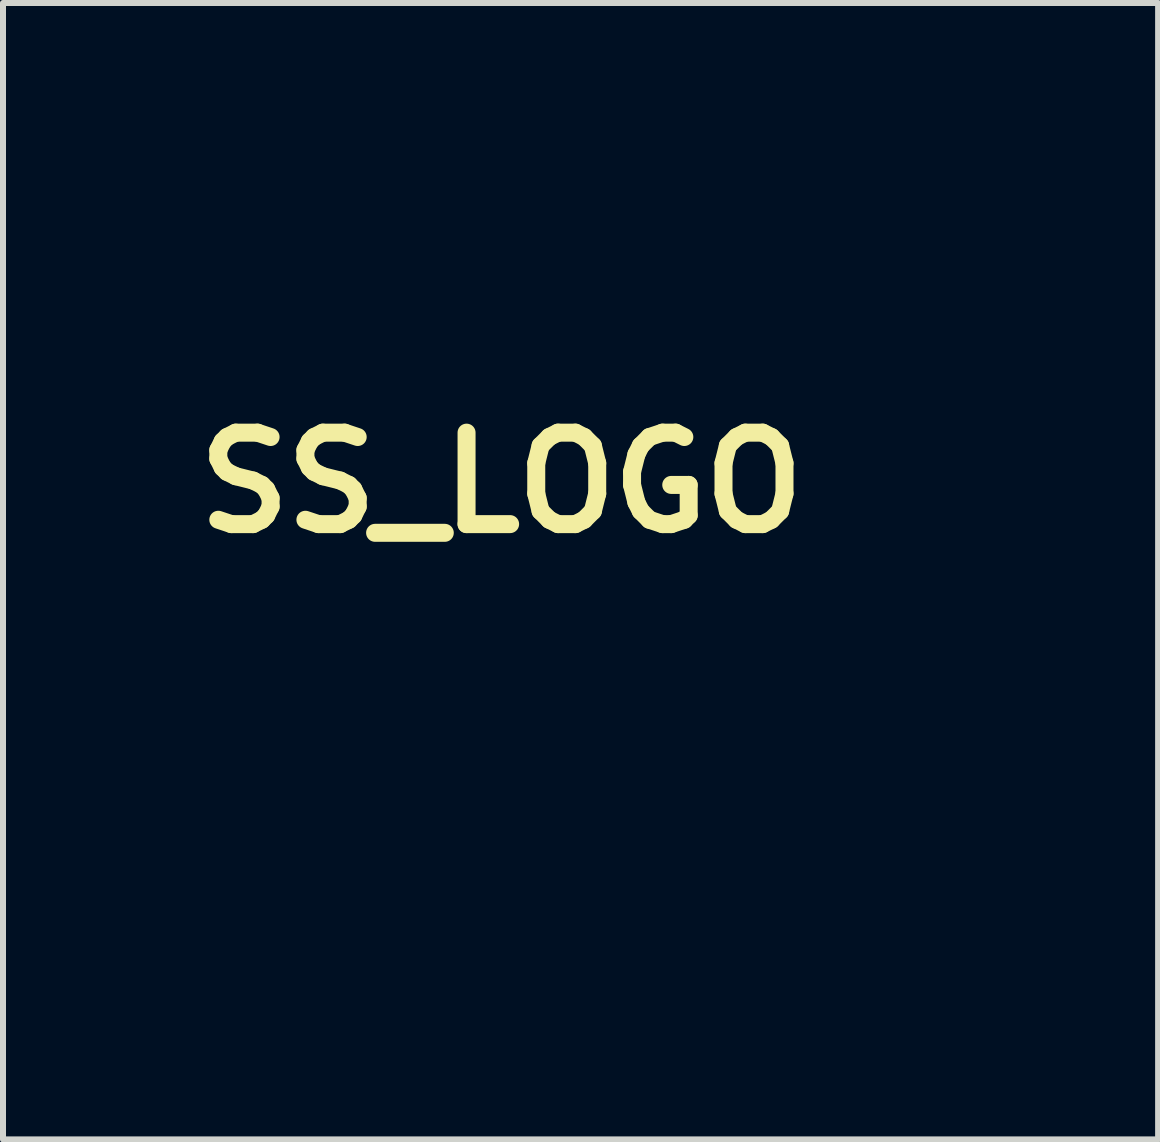
<source format=kicad_pcb>
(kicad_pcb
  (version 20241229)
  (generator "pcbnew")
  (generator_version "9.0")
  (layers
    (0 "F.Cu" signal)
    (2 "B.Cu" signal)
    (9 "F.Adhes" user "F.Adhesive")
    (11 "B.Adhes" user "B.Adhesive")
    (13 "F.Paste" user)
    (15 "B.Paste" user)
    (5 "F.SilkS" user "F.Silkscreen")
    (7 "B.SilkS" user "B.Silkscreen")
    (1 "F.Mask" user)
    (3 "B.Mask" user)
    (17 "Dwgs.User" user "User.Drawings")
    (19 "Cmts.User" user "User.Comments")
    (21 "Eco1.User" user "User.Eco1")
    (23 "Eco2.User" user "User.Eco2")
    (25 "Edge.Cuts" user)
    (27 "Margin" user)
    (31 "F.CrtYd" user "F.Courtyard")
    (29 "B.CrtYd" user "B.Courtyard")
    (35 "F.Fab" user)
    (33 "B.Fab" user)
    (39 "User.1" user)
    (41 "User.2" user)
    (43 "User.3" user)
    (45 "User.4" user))
  (footprint "SS_LOGO"
    (layer "F.Cu")
    (at 5.305 4.994)
    (property "Reference" "SS_LOGO" (at 0 0 0) (layer "F.SilkS") (effects (font (size 1.524 1.524) (thickness 0.3))))
    (attr through_hole)
    (fp_poly (pts (xy -2.159 2.111) (xy -2.175 2.127) (xy -2.191 2.111) (xy -2.175 2.095) (xy -2.159 2.111)) (stroke (width 0.01) (type solid)) (fill no) (layer "Eco2.User"))
    (fp_poly (pts (xy -2.159 2.651) (xy -2.175 2.667) (xy -2.191 2.651) (xy -2.175 2.635) (xy -2.159 2.651)) (stroke (width 0.01) (type solid)) (fill no) (layer "Eco2.User"))
    (fp_poly (pts (xy -1.365 3.381) (xy -1.381 3.397) (xy -1.397 3.381) (xy -1.381 3.365) (xy -1.365 3.381)) (stroke (width 0.01) (type solid)) (fill no) (layer "Eco2.User"))
    (fp_poly (pts (xy -0.445 3.445) (xy -0.46 3.461) (xy -0.476 3.445) (xy -0.46 3.429) (xy -0.445 3.445)) (stroke (width 0.01) (type solid)) (fill no) (layer "Eco2.User"))
    (fp_poly (pts (xy 0.222 3.413) (xy 0.206 3.429) (xy 0.191 3.413) (xy 0.206 3.397) (xy 0.222 3.413)) (stroke (width 0.01) (type solid)) (fill no) (layer "Eco2.User"))
    (fp_poly (pts (xy -0.709 3.408) (xy -0.705 3.446) (xy -0.709 3.45) (xy -0.728 3.446) (xy -0.73 3.429) (xy -0.719 3.403) (xy -0.709 3.408)) (stroke (width 0.01) (type solid)) (fill no) (layer "Eco2.User"))
    (fp_poly (pts (xy 0.497 3.408) (xy 0.501 3.446) (xy 0.497 3.45) (xy 0.479 3.446) (xy 0.476 3.429) (xy 0.488 3.403) (xy 0.497 3.408)) (stroke (width 0.01) (type solid)) (fill no) (layer "Eco2.User"))
    (fp_poly (pts (xy 0.878 -3.196) (xy 0.874 -3.177) (xy 0.857 -3.175) (xy 0.831 -3.187) (xy 0.836 -3.196) (xy 0.874 -3.2) (xy 0.878 -3.196)) (stroke (width 0.01) (type solid)) (fill no) (layer "Eco2.User"))
    (fp_poly (pts (xy 1.419 3.391) (xy 1.422 3.441) (xy 1.416 3.452) (xy 1.402 3.443) (xy 1.4 3.41) (xy 1.407 3.377) (xy 1.419 3.391)) (stroke (width 0.01) (type solid)) (fill no) (layer "Eco2.User"))
    (fp_poly (pts (xy -2.09 2.051) (xy -2.064 2.093) (xy -2.064 2.097) (xy -2.085 2.127) (xy -2.09 2.127) (xy -2.114 2.102) (xy -2.117 2.081) (xy -2.103 2.049) (xy -2.09 2.051)) (stroke (width 0.01) (type solid)) (fill no) (layer "Eco2.User"))
    (fp_poly (pts (xy -2.09 2.654) (xy -2.064 2.696) (xy -2.064 2.701) (xy -2.085 2.73) (xy -2.09 2.731) (xy -2.114 2.705) (xy -2.117 2.684) (xy -2.103 2.652) (xy -2.09 2.654)) (stroke (width 0.01) (type solid)) (fill no) (layer "Eco2.User"))
    (fp_poly (pts (xy -0.552 3.408) (xy -0.54 3.422) (xy -0.566 3.445) (xy -0.603 3.452) (xy -0.655 3.444) (xy -0.667 3.427) (xy -0.64 3.403) (xy -0.603 3.397) (xy -0.552 3.408)) (stroke (width 0.01) (type solid)) (fill no) (layer "Eco2.User"))
    (fp_poly (pts (xy 0.393 3.404) (xy 0.402 3.419) (xy 0.356 3.44) (xy 0.298 3.445) (xy 0.258 3.433) (xy 0.254 3.424) (xy 0.281 3.404) (xy 0.339 3.397) (xy 0.393 3.404)) (stroke (width 0.01) (type solid)) (fill no) (layer "Eco2.User"))
    (fp_poly (pts (xy -1.485 3.405) (xy -1.477 3.423) (xy -1.523 3.443) (xy -1.573 3.452) (xy -1.631 3.449) (xy -1.651 3.43) (xy -1.623 3.408) (xy -1.556 3.397) (xy -1.55 3.397) (xy -1.485 3.405)) (stroke (width 0.01) (type solid)) (fill no) (layer "Eco2.User"))
    (fp_poly (pts (xy 1.296 3.402) (xy 1.325 3.414) (xy 1.323 3.418) (xy 1.272 3.441) (xy 1.201 3.448) (xy 1.141 3.438) (xy 1.126 3.427) (xy 1.141 3.408) (xy 1.203 3.398) (xy 1.226 3.397) (xy 1.296 3.402)) (stroke (width 0.01) (type solid)) (fill no) (layer "Eco2.User"))
    (fp_poly (pts (xy -2.074 0.909) (xy -2.07 0.918) (xy -2.085 0.947) (xy -2.111 0.953) (xy -2.151 0.936) (xy -2.153 0.918) (xy -2.139 0.905) (xy -2.127 0.905) (xy -2.111 0.921) (xy -2.095 0.905) (xy -2.111 0.889) (xy -2.127 0.905) (xy -2.139 0.905) (xy -2.12 0.886) (xy -2.111 0.884) (xy -2.074 0.909)) (stroke (width 0.01) (type solid)) (fill no) (layer "Eco2.User"))
    (fp_poly (pts (xy -2.074 1.512) (xy -2.07 1.522) (xy -2.085 1.551) (xy -2.111 1.556) (xy -2.151 1.54) (xy -2.153 1.522) (xy -2.139 1.508) (xy -2.127 1.508) (xy -2.111 1.524) (xy -2.095 1.508) (xy -2.111 1.492) (xy -2.127 1.508) (xy -2.139 1.508) (xy -2.12 1.489) (xy -2.111 1.487) (xy -2.074 1.512)) (stroke (width 0.01) (type solid)) (fill no) (layer "Eco2.User"))
    (fp_poly (pts (xy -2.1 0.299) (xy -2.066 0.339) (xy -2.064 0.351) (xy -2.087 0.377) (xy -2.135 0.376) (xy -2.175 0.348) (xy -2.176 0.347) (xy -2.183 0.303) (xy -2.178 0.294) (xy -2.16 0.299) (xy -2.159 0.312) (xy -2.137 0.347) (xy -2.125 0.349) (xy -2.108 0.329) (xy -2.114 0.313) (xy -2.118 0.291) (xy -2.1 0.299)) (stroke (width 0.01) (type solid)) (fill no) (layer "Eco2.User"))
    (fp_poly (pts (xy 1.016 -3.166) (xy 1.114 -3.141) (xy 1.267 -3.093) (xy 1.339 -3.069) (xy 1.751 -2.894) (xy 2.128 -2.668) (xy 2.467 -2.395) (xy 2.765 -2.079) (xy 3.018 -1.723) (xy 3.223 -1.333) (xy 3.376 -0.911) (xy 3.459 -0.558) (xy 3.474 -0.441) (xy 3.485 -0.287) (xy 3.492 -0.12) (xy 3.493 -0.04) (xy 3.461 0.403) (xy 3.369 0.834) (xy 3.218 1.247) (xy 3.01 1.637) (xy 2.747 2) (xy 2.62 2.143) (xy 2.441 2.334) (xy 2.574 2.131) (xy 2.752 1.822) (xy 2.907 1.48) (xy 3.027 1.134) (xy 3.034 1.108) (xy 3.081 0.89) (xy 3.115 0.63) (xy 3.136 0.349) (xy 3.143 0.068) (xy 3.133 -0.191) (xy 3.113 -0.373) (xy 3.009 -0.835) (xy 2.85 -1.274) (xy 2.64 -1.684) (xy 2.383 -2.062) (xy 2.081 -2.401) (xy 1.739 -2.698) (xy 1.36 -2.946) (xy 1.192 -3.034) (xy 1.061 -3.101) (xy 0.989 -3.146) (xy 0.974 -3.168) (xy 1.016 -3.166)) (stroke (width 0.01) (type solid)) (fill no) (layer "Eco2.User"))
    (fp_poly (pts (xy 0.46 -4.972) (xy 1.001 -4.896) (xy 1.531 -4.762) (xy 2.046 -4.57) (xy 2.539 -4.322) (xy 2.823 -4.146) (xy 3.271 -3.809) (xy 3.674 -3.431) (xy 4.028 -3.014) (xy 4.334 -2.563) (xy 4.587 -2.082) (xy 4.787 -1.575) (xy 4.93 -1.046) (xy 5.017 -0.499) (xy 5.043 0.062) (xy 5.038 0.254) (xy 4.982 0.803) (xy 4.865 1.34) (xy 4.688 1.86) (xy 4.453 2.359) (xy 4.162 2.833) (xy 3.947 3.12) (xy 3.774 3.335) (xy 3.996 3.581) (xy 4.054 3.641) (xy 4.152 3.742) (xy 4.288 3.88) (xy 4.458 4.051) (xy 4.657 4.251) (xy 4.882 4.476) (xy 5.129 4.723) (xy 5.393 4.986) (xy 5.672 5.263) (xy 5.961 5.55) (xy 6.078 5.665) (xy 7.938 7.505) (xy 7.938 7.938) (xy 7.374 7.937) (xy 6.81 7.937) (xy 5.128 6.254) (xy 4.849 5.976) (xy 4.578 5.706) (xy 4.319 5.448) (xy 4.075 5.206) (xy 3.851 4.984) (xy 3.652 4.787) (xy 3.481 4.619) (xy 3.342 4.484) (xy 3.241 4.385) (xy 3.185 4.332) (xy 2.925 4.093) (xy 2.661 4.258) (xy 2.265 4.479) (xy 1.829 4.666) (xy 1.346 4.822) (xy 1 4.911) (xy 0.896 4.932) (xy 0.784 4.947) (xy 0.653 4.958) (xy 0.491 4.965) (xy 0.287 4.968) (xy 0.064 4.969) (xy -0.174 4.968) (xy -0.36 4.965) (xy -0.509 4.96) (xy -0.633 4.95) (xy -0.744 4.935) (xy -0.855 4.914) (xy -0.953 4.893) (xy -1.517 4.735) (xy -2.044 4.525) (xy -2.536 4.263) (xy -2.993 3.948) (xy -3.416 3.58) (xy -3.562 3.433) (xy -3.914 3.024) (xy -4.212 2.595) (xy -4.46 2.136) (xy -4.662 1.641) (xy -4.802 1.179) (xy -4.835 1.05) (xy -4.859 0.938) (xy -4.878 0.83) (xy -4.891 0.714) (xy -4.9 0.576) (xy -4.907 0.403) (xy -4.912 0.183) (xy -4.914 0.13) (xy -4.916 -0.032) (xy -3.849 -0.032) (xy -3.822 0.465) (xy -3.742 0.93) (xy -3.608 1.373) (xy -3.417 1.801) (xy -3.166 2.223) (xy -2.966 2.484) (xy -2.719 2.748) (xy -2.439 3.001) (xy -2.14 3.231) (xy -1.838 3.425) (xy -1.699 3.5) (xy -1.484 3.596) (xy -1.228 3.688) (xy -0.955 3.772) (xy -0.687 3.838) (xy -0.447 3.881) (xy -0.429 3.884) (xy -0.301 3.894) (xy -0.131 3.899) (xy 0.062 3.899) (xy 0.257 3.895) (xy 0.433 3.887) (xy 0.572 3.875) (xy 0.587 3.873) (xy 1.072 3.773) (xy 1.536 3.613) (xy 1.975 3.396) (xy 2.387 3.123) (xy 2.769 2.795) (xy 2.814 2.75) (xy 3.146 2.377) (xy 3.423 1.974) (xy 3.645 1.547) (xy 3.809 1.1) (xy 3.915 0.636) (xy 3.959 0.16) (xy 3.956 -0.135) (xy 3.903 -0.647) (xy 3.794 -1.127) (xy 3.629 -1.578) (xy 3.408 -2.003) (xy 3.128 -2.404) (xy 2.86 -2.711) (xy 2.497 -3.044) (xy 2.096 -3.327) (xy 1.663 -3.559) (xy 1.202 -3.735) (xy 1.032 -3.784) (xy 0.887 -3.821) (xy 0.766 -3.847) (xy 0.654 -3.865) (xy 0.535 -3.877) (xy 0.392 -3.883) (xy 0.21 -3.886) (xy 0.095 -3.886) (xy -0.146 -3.886) (xy -0.339 -3.88) (xy -0.497 -3.868) (xy -0.634 -3.85) (xy -0.73 -3.831) (xy -1.215 -3.698) (xy -1.662 -3.515) (xy -2.076 -3.279) (xy -2.46 -2.989) (xy -2.715 -2.751) (xy -3.053 -2.368) (xy -3.331 -1.967) (xy -3.549 -1.546) (xy -3.708 -1.103) (xy -3.807 -0.639) (xy -3.848 -0.151) (xy -3.849 -0.032) (xy -4.916 -0.032) (xy -4.918 -0.2) (xy -4.914 -0.469) (xy -4.903 -0.675) (xy -4.89 -0.789) (xy -4.772 -1.323) (xy -4.597 -1.837) (xy -4.368 -2.325) (xy -4.088 -2.785) (xy -3.761 -3.213) (xy -3.391 -3.604) (xy -2.982 -3.955) (xy -2.536 -4.261) (xy -2.058 -4.519) (xy -1.55 -4.726) (xy -1.167 -4.84) (xy -0.63 -4.945) (xy -0.085 -4.989) (xy 0.46 -4.972)) (stroke (width 0.01) (type solid)) (fill no) (layer "Eco2.User"))
    (fp_poly (pts (xy 2.223 0.298) (xy 2.229 0.303) (xy 2.225 0.338) (xy 2.196 0.411) (xy 2.159 0.486) (xy 2.106 0.59) (xy 2.064 0.683) (xy 2.048 0.727) (xy 2.037 0.778) (xy 2.06 0.793) (xy 2.124 0.783) (xy 2.193 0.778) (xy 2.222 0.793) (xy 2.223 0.795) (xy 2.195 0.815) (xy 2.126 0.825) (xy 2.111 0.826) (xy 2.054 0.828) (xy 2.013 0.845) (xy 1.977 0.887) (xy 1.935 0.967) (xy 1.891 1.061) (xy 1.823 1.212) (xy 1.78 1.313) (xy 1.764 1.373) (xy 1.776 1.402) (xy 1.816 1.407) (xy 1.885 1.397) (xy 1.923 1.391) (xy 2.061 1.37) (xy 2.148 1.359) (xy 2.195 1.358) (xy 2.216 1.365) (xy 2.222 1.381) (xy 2.194 1.399) (xy 2.118 1.42) (xy 2.007 1.439) (xy 1.965 1.445) (xy 1.705 1.476) (xy 1.504 1.921) (xy 1.434 2.078) (xy 1.375 2.215) (xy 1.331 2.323) (xy 1.306 2.39) (xy 1.303 2.405) (xy 1.283 2.442) (xy 1.237 2.429) (xy 1.221 2.416) (xy 1.181 2.396) (xy 1.092 2.362) (xy 0.967 2.318) (xy 0.816 2.268) (xy 0.765 2.252) (xy 0.34 2.118) (xy 0.13 2.337) (xy 0.013 2.46) (xy -0.125 2.605) (xy -0.263 2.75) (xy -0.325 2.815) (xy -0.571 3.072) (xy -0.945 2.876) (xy -1.195 3.063) (xy -1.306 3.148) (xy -1.399 3.224) (xy -1.462 3.279) (xy -1.479 3.297) (xy -1.514 3.326) (xy -1.539 3.303) (xy -1.541 3.255) (xy -1.527 3.24) (xy -1.463 3.198) (xy -1.375 3.135) (xy -1.275 3.061) (xy -1.176 2.986) (xy -1.091 2.92) (xy -1.034 2.873) (xy -1.017 2.856) (xy -1.026 2.849) (xy -0.902 2.849) (xy -0.777 2.915) (xy -0.688 2.957) (xy -0.617 2.981) (xy -0.6 2.983) (xy -0.556 2.962) (xy -0.484 2.904) (xy -0.396 2.82) (xy -0.364 2.786) (xy -0.26 2.675) (xy -0.132 2.54) (xy 0.001 2.401) (xy 0.073 2.326) (xy 0.325 2.064) (xy 0.784 2.21) (xy 0.944 2.26) (xy 1.082 2.3) (xy 1.186 2.328) (xy 1.247 2.341) (xy 1.257 2.341) (xy 1.275 2.308) (xy 1.314 2.228) (xy 1.369 2.112) (xy 1.434 1.97) (xy 1.458 1.917) (xy 1.534 1.746) (xy 1.583 1.625) (xy 1.604 1.548) (xy 1.595 1.506) (xy 1.555 1.494) (xy 1.483 1.502) (xy 1.4 1.52) (xy 1.321 1.534) (xy 1.257 1.529) (xy 1.186 1.5) (xy 1.085 1.442) (xy 0.988 1.386) (xy 0.91 1.347) (xy 0.871 1.334) (xy 0.836 1.355) (xy 0.768 1.413) (xy 0.677 1.499) (xy 0.594 1.583) (xy 0.351 1.833) (xy 0.161 1.766) (xy 0.062 1.734) (xy -0.011 1.716) (xy -0.04 1.715) (xy -0.072 1.761) (xy -0.126 1.847) (xy -0.195 1.961) (xy -0.272 2.09) (xy -0.351 2.223) (xy -0.424 2.349) (xy -0.484 2.456) (xy -0.525 2.532) (xy -0.54 2.565) (xy -0.566 2.602) (xy -0.595 2.618) (xy -0.651 2.648) (xy -0.731 2.705) (xy -0.777 2.742) (xy -0.902 2.849) (xy -1.026 2.849) (xy -1.043 2.836) (xy -1.114 2.796) (xy -1.218 2.743) (xy -1.278 2.714) (xy -1.41 2.651) (xy -1.494 2.61) (xy -1.54 2.585) (xy -1.558 2.571) (xy -1.556 2.561) (xy -1.547 2.552) (xy -1.512 2.557) (xy -1.434 2.587) (xy -1.326 2.637) (xy -1.242 2.679) (xy -0.957 2.827) (xy -0.772 2.673) (xy -0.679 2.587) (xy -0.589 2.484) (xy -0.493 2.353) (xy -0.381 2.18) (xy -0.339 2.112) (xy -0.254 1.969) (xy -0.186 1.845) (xy -0.138 1.749) (xy -0.116 1.692) (xy -0.117 1.681) (xy -0.151 1.664) (xy 0.005 1.664) (xy 0.06 1.692) (xy 0.148 1.719) (xy 0.242 1.74) (xy 0.32 1.748) (xy 0.349 1.743) (xy 0.393 1.711) (xy 0.469 1.646) (xy 0.566 1.561) (xy 0.619 1.513) (xy 0.84 1.309) (xy 0.812 1.294) (xy 0.909 1.294) (xy 1.066 1.376) (xy 1.216 1.437) (xy 1.37 1.458) (xy 1.553 1.442) (xy 1.561 1.441) (xy 1.617 1.428) (xy 1.659 1.405) (xy 1.697 1.358) (xy 1.742 1.278) (xy 1.802 1.151) (xy 1.803 1.147) (xy 1.857 1.028) (xy 1.897 0.933) (xy 1.918 0.874) (xy 1.92 0.863) (xy 1.886 0.862) (xy 1.804 0.869) (xy 1.687 0.881) (xy 1.598 0.892) (xy 1.286 0.932) (xy 1.097 1.113) (xy 0.909 1.294) (xy 0.812 1.294) (xy 0.596 1.188) (xy 0.485 1.135) (xy 0.397 1.097) (xy 0.346 1.081) (xy 0.34 1.081) (xy 0.31 1.125) (xy 0.261 1.205) (xy 0.201 1.306) (xy 0.137 1.416) (xy 0.079 1.52) (xy 0.033 1.605) (xy 0.007 1.656) (xy 0.005 1.664) (xy -0.151 1.664) (xy -0.159 1.661) (xy -0.243 1.63) (xy -0.353 1.595) (xy -0.353 1.595) (xy -0.483 1.561) (xy -0.569 1.552) (xy -0.623 1.566) (xy -0.675 1.6) (xy -0.766 1.665) (xy -0.882 1.751) (xy -1.012 1.85) (xy -1.144 1.951) (xy -1.266 2.046) (xy -1.366 2.126) (xy -1.432 2.182) (xy -1.436 2.186) (xy -1.498 2.231) (xy -1.542 2.243) (xy -1.547 2.24) (xy -1.544 2.206) (xy -1.514 2.179) (xy -1.458 2.14) (xy -1.365 2.072) (xy -1.247 1.985) (xy -1.115 1.885) (xy -0.981 1.783) (xy -0.857 1.688) (xy -0.753 1.606) (xy -0.681 1.548) (xy -0.657 1.527) (xy -0.626 1.501) (xy -0.591 1.491) (xy -0.538 1.498) (xy -0.452 1.524) (xy -0.342 1.562) (xy -0.211 1.606) (xy -0.126 1.628) (xy -0.075 1.629) (xy -0.047 1.612) (xy -0.011 1.564) (xy 0.044 1.48) (xy 0.108 1.375) (xy 0.173 1.265) (xy 0.23 1.164) (xy 0.271 1.086) (xy 0.286 1.048) (xy 0.299 1.013) (xy 0.342 1.009) (xy 0.421 1.037) (xy 0.544 1.1) (xy 0.602 1.132) (xy 0.862 1.279) (xy 1.058 1.086) (xy 1.254 0.892) (xy 1.6 0.853) (xy 1.945 0.813) (xy 2.052 0.59) (xy 2.103 0.479) (xy 2.141 0.387) (xy 2.158 0.331) (xy 2.159 0.326) (xy 2.18 0.288) (xy 2.223 0.298)) (stroke (width 0.01) (type solid)) (fill no) (layer "Eco2.User"))
    (fp_poly (pts (xy -0.69 -3.034) (xy -0.676 -3.029) (xy -0.621 -3.001) (xy -0.523 -2.944) (xy -0.394 -2.865) (xy -0.245 -2.771) (xy -0.127 -2.695) (xy 0.053 -2.578) (xy 0.24 -2.456) (xy 0.418 -2.34) (xy 0.57 -2.243) (xy 0.627 -2.205) (xy 0.965 -1.987) (xy 1.257 -1.798) (xy 1.501 -1.638) (xy 1.697 -1.508) (xy 1.842 -1.41) (xy 1.937 -1.343) (xy 1.979 -1.31) (xy 1.981 -1.307) (xy 1.973 -1.268) (xy 1.926 -1.216) (xy 1.923 -1.214) (xy 1.845 -1.153) (xy 2.05 -1.017) (xy 2.172 -0.927) (xy 2.239 -0.851) (xy 2.256 -0.781) (xy 2.227 -0.706) (xy 2.213 -0.687) (xy 2.174 -0.659) (xy 2.084 -0.61) (xy 1.953 -0.546) (xy 1.79 -0.469) (xy 1.603 -0.385) (xy 1.481 -0.331) (xy 1.255 -0.234) (xy 1.076 -0.158) (xy 0.931 -0.103) (xy 0.81 -0.066) (xy 0.699 -0.044) (xy 0.588 -0.035) (xy 0.464 -0.037) (xy 0.316 -0.048) (xy 0.131 -0.065) (xy 0.111 -0.067) (xy -0.148 -0.091) (xy -0.451 -0.119) (xy -0.777 -0.148) (xy -1.105 -0.176) (xy -1.416 -0.203) (xy -1.683 -0.225) (xy -1.85 -0.24) (xy -1.996 -0.255) (xy -2.109 -0.27) (xy -2.176 -0.282) (xy -2.186 -0.285) (xy -2.199 -0.303) (xy -2.209 -0.345) (xy -2.21 -0.352) (xy -1.793 -0.352) (xy -1.788 -0.341) (xy -1.724 -0.327) (xy -1.607 -0.311) (xy -1.441 -0.295) (xy -1.349 -0.287) (xy -1.153 -0.271) (xy -0.958 -0.255) (xy -0.782 -0.239) (xy -0.644 -0.227) (xy -0.603 -0.223) (xy -0.48 -0.211) (xy -0.376 -0.201) (xy -0.313 -0.195) (xy -0.31 -0.195) (xy -0.28 -0.201) (xy -0.263 -0.233) (xy -0.26 -0.259) (xy -0.159 -0.259) (xy -0.148 -0.22) (xy -0.11 -0.192) (xy -0.034 -0.172) (xy 0.089 -0.157) (xy 0.206 -0.149) (xy 0.317 -0.142) (xy 0.414 -0.135) (xy 0.445 -0.133) (xy 0.524 -0.128) (xy 0.511 -0.138) (xy 0.759 -0.138) (xy 0.77 -0.127) (xy 0.8 -0.139) (xy 0.88 -0.173) (xy 1.002 -0.226) (xy 1.158 -0.293) (xy 1.339 -0.371) (xy 1.459 -0.423) (xy 1.652 -0.509) (xy 1.825 -0.587) (xy 1.969 -0.656) (xy 2.077 -0.709) (xy 2.139 -0.745) (xy 2.151 -0.755) (xy 2.127 -0.753) (xy 2.053 -0.729) (xy 1.937 -0.685) (xy 1.786 -0.624) (xy 1.609 -0.55) (xy 1.502 -0.504) (xy 1.31 -0.42) (xy 1.137 -0.345) (xy 0.99 -0.281) (xy 0.88 -0.234) (xy 0.815 -0.205) (xy 0.802 -0.2) (xy 0.771 -0.172) (xy 0.759 -0.138) (xy 0.511 -0.138) (xy 0.445 -0.19) (xy 0.402 -0.219) (xy 0.353 -0.241) (xy 0.285 -0.259) (xy 0.184 -0.277) (xy 0.036 -0.298) (xy -0.008 -0.304) (xy -0.099 -0.314) (xy -0.143 -0.308) (xy -0.158 -0.28) (xy -0.159 -0.259) (xy -0.26 -0.259) (xy -0.256 -0.304) (xy -0.254 -0.409) (xy -0.254 -0.512) (xy -0.159 -0.512) (xy -0.141 -0.43) (xy -0.103 -0.403) (xy -0.044 -0.393) (xy 0.032 -0.386) (xy 0.105 -0.384) (xy 0.151 -0.387) (xy 0.156 -0.392) (xy 0.125 -0.414) (xy 0.057 -0.46) (xy -0.008 -0.504) (xy -0.159 -0.606) (xy -0.159 -0.512) (xy -0.254 -0.512) (xy -0.254 -0.628) (xy -0.389 -0.643) (xy -0.48 -0.642) (xy -0.623 -0.623) (xy -0.82 -0.586) (xy -1.075 -0.53) (xy -1.127 -0.518) (xy -1.318 -0.473) (xy -1.49 -0.431) (xy -1.634 -0.395) (xy -1.738 -0.368) (xy -1.791 -0.353) (xy -1.793 -0.352) (xy -2.21 -0.352) (xy -2.217 -0.417) (xy -2.222 -0.526) (xy -2.226 -0.678) (xy -2.227 -0.746) (xy -2.147 -0.746) (xy -2.146 -0.613) (xy -2.144 -0.524) (xy -2.141 -0.487) (xy -2.137 -0.506) (xy -2.136 -0.53) (xy -2.131 -0.675) (xy -2.132 -0.839) (xy -2.135 -0.943) (xy -2.139 -0.993) (xy -2.143 -0.983) (xy -2.145 -0.92) (xy -2.147 -0.808) (xy -2.147 -0.746) (xy -2.227 -0.746) (xy -2.228 -0.879) (xy -2.229 -1.116) (xy -2.032 -1.116) (xy -2.032 -0.387) (xy -1.929 -0.415) (xy -1.861 -0.433) (xy -1.746 -0.461) (xy -1.598 -0.498) (xy -1.43 -0.538) (xy -1.365 -0.553) (xy -1.194 -0.594) (xy -1.036 -0.63) (xy -0.907 -0.66) (xy -0.82 -0.679) (xy -0.802 -0.683) (xy -0.736 -0.701) (xy -0.707 -0.735) (xy -0.7 -0.801) (xy -0.507 -0.801) (xy -0.493 -0.764) (xy -0.447 -0.735) (xy -0.419 -0.731) (xy -0.385 -0.737) (xy -0.402 -0.76) (xy -0.426 -0.779) (xy -0.483 -0.81) (xy -0.507 -0.801) (xy -0.7 -0.801) (xy -0.699 -0.805) (xy -0.699 -0.836) (xy -0.7 -0.968) (xy -1.321 -1.381) (xy -1.499 -1.499) (xy -1.661 -1.606) (xy -1.799 -1.697) (xy -1.905 -1.767) (xy -1.97 -1.809) (xy -1.987 -1.819) (xy -2.002 -1.82) (xy -2.013 -1.797) (xy -2.021 -1.745) (xy -2.026 -1.657) (xy -2.03 -1.526) (xy -2.032 -1.344) (xy -2.032 -1.116) (xy -2.229 -1.116) (xy -2.229 -1.134) (xy -2.229 -1.256) (xy -2.229 -1.635) (xy -2.116 -1.635) (xy -2.115 -1.53) (xy -2.112 -1.472) (xy -2.107 -1.469) (xy -2.104 -1.501) (xy -2.099 -1.628) (xy -2.102 -1.757) (xy -2.104 -1.787) (xy -2.109 -1.817) (xy -2.113 -1.789) (xy -2.116 -1.711) (xy -2.116 -1.635) (xy -2.229 -1.635) (xy -2.229 -2.069) (xy -2.159 -2.069) (xy -2.134 -2.047) (xy -2.061 -1.994) (xy -1.947 -1.913) (xy -1.797 -1.809) (xy -1.617 -1.686) (xy -1.412 -1.547) (xy -1.189 -1.397) (xy -1.14 -1.364) (xy -0.894 -1.199) (xy -0.648 -1.034) (xy -0.41 -0.875) (xy -0.19 -0.728) (xy 0.003 -0.599) (xy 0.16 -0.493) (xy 0.265 -0.423) (xy 0.427 -0.314) (xy 0.544 -0.238) (xy 0.623 -0.19) (xy 0.67 -0.167) (xy 0.693 -0.164) (xy 0.699 -0.175) (xy 0.673 -0.195) (xy 0.599 -0.247) (xy 0.482 -0.328) (xy 0.326 -0.434) (xy 0.279 -0.466) (xy 0.443 -0.466) (xy 0.579 -0.376) (xy 0.661 -0.324) (xy 0.722 -0.292) (xy 0.74 -0.286) (xy 0.782 -0.297) (xy 0.862 -0.327) (xy 0.931 -0.354) (xy 1.026 -0.396) (xy 1.096 -0.43) (xy 1.12 -0.445) (xy 1.111 -0.472) (xy 1.06 -0.52) (xy 1.013 -0.554) (xy 0.88 -0.642) (xy 0.662 -0.554) (xy 0.443 -0.466) (xy 0.279 -0.466) (xy 0.137 -0.561) (xy -0.081 -0.708) (xy -0.323 -0.87) (xy -0.346 -0.886) (xy -0.159 -0.886) (xy -0.134 -0.86) (xy -0.069 -0.811) (xy 0.021 -0.748) (xy 0.123 -0.68) (xy 0.222 -0.617) (xy 0.304 -0.567) (xy 0.354 -0.542) (xy 0.362 -0.54) (xy 0.404 -0.551) (xy 0.486 -0.578) (xy 0.575 -0.611) (xy 0.672 -0.651) (xy 0.738 -0.682) (xy 0.99 -0.682) (xy 1.008 -0.663) (xy 1.063 -0.625) (xy 1.137 -0.579) (xy 1.21 -0.538) (xy 1.264 -0.512) (xy 1.278 -0.508) (xy 1.316 -0.52) (xy 1.396 -0.552) (xy 1.502 -0.598) (xy 1.526 -0.608) (xy 1.75 -0.709) (xy 1.607 -0.798) (xy 1.463 -0.887) (xy 1.232 -0.789) (xy 1.122 -0.742) (xy 1.037 -0.705) (xy 0.993 -0.684) (xy 0.99 -0.682) (xy 0.738 -0.682) (xy 0.739 -0.682) (xy 0.761 -0.699) (xy 0.737 -0.722) (xy 0.671 -0.771) (xy 0.574 -0.839) (xy 0.508 -0.884) (xy 0.254 -1.053) (xy 0.048 -0.979) (xy -0.055 -0.94) (xy -0.129 -0.907) (xy -0.159 -0.886) (xy -0.159 -0.886) (xy -0.346 -0.886) (xy -0.584 -1.044) (xy -0.73 -1.142) (xy -0.999 -1.321) (xy -1.043 -1.35) (xy -0.84 -1.35) (xy -0.813 -1.307) (xy -0.736 -1.247) (xy -0.608 -1.161) (xy -0.595 -1.152) (xy -0.475 -1.074) (xy -0.374 -1.01) (xy -0.305 -0.968) (xy -0.279 -0.955) (xy -0.239 -0.964) (xy -0.16 -0.99) (xy -0.104 -1.011) (xy -0.004 -1.049) (xy 0.06 -1.073) (xy 0.406 -1.073) (xy 0.407 -1.072) (xy 0.462 -1.027) (xy 0.548 -0.966) (xy 0.649 -0.898) (xy 0.749 -0.836) (xy 0.832 -0.788) (xy 0.882 -0.765) (xy 0.887 -0.764) (xy 0.937 -0.774) (xy 1.027 -0.803) (xy 1.137 -0.844) (xy 1.141 -0.845) (xy 1.245 -0.887) (xy 1.323 -0.92) (xy 1.325 -0.921) (xy 1.588 -0.921) (xy 1.613 -0.897) (xy 1.673 -0.856) (xy 1.747 -0.812) (xy 1.814 -0.777) (xy 1.85 -0.763) (xy 1.894 -0.774) (xy 1.969 -0.801) (xy 1.985 -0.808) (xy 2.056 -0.841) (xy 2.094 -0.864) (xy 2.095 -0.867) (xy 2.072 -0.891) (xy 2.011 -0.936) (xy 1.971 -0.963) (xy 1.893 -1.012) (xy 1.839 -1.028) (xy 1.779 -1.016) (xy 1.717 -0.991) (xy 1.639 -0.955) (xy 1.593 -0.927) (xy 1.588 -0.921) (xy 1.325 -0.921) (xy 1.359 -0.937) (xy 1.36 -0.937) (xy 1.34 -0.957) (xy 1.279 -1.001) (xy 1.192 -1.062) (xy 1.091 -1.129) (xy 0.99 -1.194) (xy 0.902 -1.248) (xy 0.896 -1.251) (xy 0.85 -1.254) (xy 0.769 -1.237) (xy 0.671 -1.208) (xy 0.569 -1.17) (xy 0.481 -1.132) (xy 0.421 -1.098) (xy 0.406 -1.073) (xy 0.06 -1.073) (xy 0.079 -1.081) (xy 0.107 -1.091) (xy 0.122 -1.107) (xy 0.103 -1.137) (xy 0.045 -1.185) (xy -0.059 -1.258) (xy -0.144 -1.315) (xy -0.454 -1.517) (xy -0.623 -1.459) (xy -0.744 -1.417) (xy -0.816 -1.383) (xy -0.84 -1.35) (xy -1.043 -1.35) (xy -1.252 -1.487) (xy -1.483 -1.639) (xy -1.688 -1.773) (xy -1.747 -1.812) (xy -1.567 -1.812) (xy -1.565 -1.809) (xy -1.524 -1.778) (xy -1.447 -1.725) (xy -1.347 -1.658) (xy -1.238 -1.587) (xy -1.134 -1.52) (xy -1.048 -1.466) (xy -0.994 -1.434) (xy -0.983 -1.429) (xy -0.946 -1.438) (xy -0.866 -1.463) (xy -0.768 -1.495) (xy -0.668 -1.531) (xy -0.626 -1.547) (xy -0.309 -1.547) (xy -0.281 -1.52) (xy -0.21 -1.467) (xy -0.108 -1.397) (xy -0.018 -1.337) (xy 0.264 -1.153) (xy 0.712 -1.323) (xy 0.952 -1.323) (xy 1.214 -1.155) (xy 1.326 -1.083) (xy 1.415 -1.026) (xy 1.469 -0.992) (xy 1.481 -0.985) (xy 1.51 -0.996) (xy 1.577 -1.026) (xy 1.618 -1.044) (xy 1.75 -1.103) (xy 1.569 -1.222) (xy 1.746 -1.222) (xy 1.762 -1.206) (xy 1.778 -1.222) (xy 1.762 -1.238) (xy 1.746 -1.222) (xy 1.569 -1.222) (xy 1.52 -1.254) (xy 1.421 -1.318) (xy 1.587 -1.318) (xy 1.603 -1.302) (xy 1.619 -1.318) (xy 1.603 -1.333) (xy 1.587 -1.318) (xy 1.421 -1.318) (xy 1.412 -1.323) (xy 1.323 -1.376) (xy 1.314 -1.381) (xy 1.492 -1.381) (xy 1.508 -1.365) (xy 1.524 -1.381) (xy 1.508 -1.397) (xy 1.492 -1.381) (xy 1.314 -1.381) (xy 1.266 -1.406) (xy 1.256 -1.408) (xy 1.207 -1.401) (xy 1.124 -1.379) (xy 1.087 -1.367) (xy 0.952 -1.323) (xy 0.712 -1.323) (xy 0.763 -1.343) (xy 0.517 -1.5) (xy 0.4 -1.574) (xy 0.297 -1.639) (xy 0.225 -1.685) (xy 0.208 -1.696) (xy 0.166 -1.714) (xy 0.11 -1.713) (xy 0.024 -1.692) (xy -0.086 -1.655) (xy -0.195 -1.614) (xy -0.273 -1.577) (xy -0.309 -1.551) (xy -0.309 -1.547) (xy -0.626 -1.547) (xy -0.597 -1.559) (xy -0.572 -1.574) (xy -0.596 -1.595) (xy -0.663 -1.644) (xy -0.761 -1.713) (xy -0.86 -1.78) (xy -1.149 -1.974) (xy -1.37 -1.903) (xy -1.473 -1.866) (xy -1.543 -1.834) (xy -1.567 -1.812) (xy -1.747 -1.812) (xy -1.862 -1.886) (xy -2.001 -1.975) (xy -2.099 -2.036) (xy -2.151 -2.066) (xy -2.159 -2.069) (xy -2.229 -2.069) (xy -2.229 -2.16) (xy -2.04 -2.16) (xy -2.029 -2.133) (xy -1.977 -2.082) (xy -1.897 -2.021) (xy -1.789 -1.953) (xy -1.695 -1.922) (xy -1.596 -1.925) (xy -1.472 -1.963) (xy -1.393 -1.995) (xy -1.377 -2.002) (xy -1.016 -2.002) (xy -0.991 -1.98) (xy -0.926 -1.933) (xy -0.835 -1.87) (xy -0.731 -1.799) (xy -0.626 -1.73) (xy -0.536 -1.671) (xy -0.472 -1.632) (xy -0.449 -1.621) (xy -0.417 -1.63) (xy -0.339 -1.656) (xy -0.232 -1.693) (xy -0.203 -1.703) (xy -0.093 -1.743) (xy -0.011 -1.776) (xy -0.004 -1.779) (xy 0.302 -1.779) (xy 0.321 -1.754) (xy 0.381 -1.705) (xy 0.47 -1.641) (xy 0.573 -1.57) (xy 0.679 -1.502) (xy 0.775 -1.445) (xy 0.846 -1.407) (xy 0.876 -1.397) (xy 0.929 -1.407) (xy 1.008 -1.431) (xy 1.013 -1.432) (xy 1.052 -1.451) (xy 1.402 -1.451) (xy 1.41 -1.434) (xy 1.442 -1.4) (xy 1.46 -1.407) (xy 1.46 -1.411) (xy 1.438 -1.438) (xy 1.424 -1.448) (xy 1.402 -1.451) (xy 1.052 -1.451) (xy 1.078 -1.464) (xy 1.104 -1.495) (xy 1.104 -1.499) (xy 1.094 -1.508) (xy 1.302 -1.508) (xy 1.318 -1.492) (xy 1.333 -1.508) (xy 1.318 -1.524) (xy 1.302 -1.508) (xy 1.094 -1.508) (xy 1.074 -1.528) (xy 1.007 -1.578) (xy 1.212 -1.578) (xy 1.219 -1.561) (xy 1.251 -1.527) (xy 1.27 -1.534) (xy 1.27 -1.538) (xy 1.247 -1.565) (xy 1.233 -1.575) (xy 1.212 -1.578) (xy 1.007 -1.578) (xy 1.002 -1.582) (xy 0.9 -1.652) (xy 0.866 -1.674) (xy 1.055 -1.674) (xy 1.06 -1.664) (xy 1.094 -1.637) (xy 1.15 -1.595) (xy 1.173 -1.592) (xy 1.175 -1.602) (xy 1.15 -1.626) (xy 1.103 -1.652) (xy 1.055 -1.674) (xy 0.866 -1.674) (xy 0.818 -1.705) (xy 0.767 -1.737) (xy 0.958 -1.737) (xy 0.965 -1.719) (xy 0.997 -1.685) (xy 1.016 -1.692) (xy 1.016 -1.697) (xy 0.993 -1.724) (xy 0.979 -1.733) (xy 0.958 -1.737) (xy 0.767 -1.737) (xy 0.693 -1.783) (xy 0.662 -1.801) (xy 0.862 -1.801) (xy 0.87 -1.783) (xy 0.902 -1.749) (xy 0.92 -1.756) (xy 0.921 -1.76) (xy 0.898 -1.787) (xy 0.884 -1.797) (xy 0.862 -1.801) (xy 0.662 -1.801) (xy 0.607 -1.832) (xy 0.547 -1.856) (xy 0.499 -1.859) (xy 0.449 -1.848) (xy 0.431 -1.842) (xy 0.353 -1.812) (xy 0.306 -1.784) (xy 0.302 -1.779) (xy -0.004 -1.779) (xy 0.03 -1.796) (xy 0.032 -1.798) (xy 0.007 -1.819) (xy -0.06 -1.867) (xy -0.158 -1.934) (xy -0.247 -1.994) (xy -0.525 -2.178) (xy -0.771 -2.099) (xy -0.884 -2.06) (xy -0.969 -2.027) (xy -1.013 -2.005) (xy -1.016 -2.002) (xy -1.377 -2.002) (xy -1.263 -2.05) (xy -1.449 -2.171) (xy -1.635 -2.291) (xy -1.825 -2.236) (xy -1.929 -2.203) (xy -2.008 -2.175) (xy -2.04 -2.16) (xy -2.229 -2.16) (xy -2.229 -2.204) (xy -2.008 -2.272) (xy -1.897 -2.305) (xy -1.891 -2.307) (xy -1.465 -2.307) (xy -1.44 -2.277) (xy -1.375 -2.227) (xy -1.299 -2.176) (xy -1.134 -2.072) (xy -0.883 -2.155) (xy -0.762 -2.196) (xy -0.738 -2.206) (xy -0.419 -2.206) (xy -0.138 -2.026) (xy -0.021 -1.951) (xy 0.077 -1.891) (xy 0.142 -1.853) (xy 0.163 -1.844) (xy 0.202 -1.853) (xy 0.276 -1.881) (xy 0.302 -1.891) (xy 0.359 -1.916) (xy 0.388 -1.938) (xy 0.384 -1.964) (xy 0.342 -2.002) (xy 0.321 -2.016) (xy 0.508 -2.016) (xy 0.532 -1.994) (xy 0.592 -1.951) (xy 0.668 -1.9) (xy 0.744 -1.851) (xy 0.8 -1.818) (xy 0.818 -1.81) (xy 0.826 -1.823) (xy 0.801 -1.845) (xy 0.737 -1.889) (xy 0.667 -1.934) (xy 0.583 -1.983) (xy 0.525 -2.012) (xy 0.508 -2.016) (xy 0.321 -2.016) (xy 0.257 -2.06) (xy 0.134 -2.139) (xy -0.003 -2.221) (xy -0.107 -2.267) (xy -0.193 -2.28) (xy -0.277 -2.264) (xy -0.329 -2.244) (xy -0.419 -2.206) (xy -0.738 -2.206) (xy -0.693 -2.225) (xy -0.667 -2.247) (xy -0.675 -2.268) (xy -0.689 -2.28) (xy -0.751 -2.322) (xy -0.84 -2.378) (xy -0.875 -2.399) (xy -1.003 -2.475) (xy -1.234 -2.404) (xy -1.344 -2.367) (xy -1.426 -2.334) (xy -1.464 -2.31) (xy -1.465 -2.307) (xy -1.891 -2.307) (xy -1.743 -2.351) (xy -1.563 -2.403) (xy -1.374 -2.458) (xy -1.306 -2.477) (xy -1.233 -2.498) (xy -0.824 -2.498) (xy -0.784 -2.455) (xy -0.719 -2.402) (xy -0.642 -2.35) (xy -0.569 -2.309) (xy -0.513 -2.29) (xy -0.508 -2.29) (xy -0.447 -2.301) (xy -0.362 -2.326) (xy -0.354 -2.329) (xy -0.247 -2.368) (xy -0.417 -2.481) (xy -0.506 -2.538) (xy -0.57 -2.567) (xy -0.632 -2.573) (xy -0.713 -2.555) (xy -0.823 -2.52) (xy -0.824 -2.498) (xy -1.233 -2.498) (xy -0.826 -2.615) (xy -0.825 -2.792) (xy -0.824 -2.818) (xy -0.749 -2.818) (xy -0.727 -2.799) (xy -0.66 -2.752) (xy -0.557 -2.683) (xy -0.428 -2.598) (xy -0.282 -2.502) (xy -0.127 -2.402) (xy 0.027 -2.303) (xy 0.171 -2.212) (xy 0.297 -2.133) (xy 0.394 -2.074) (xy 0.454 -2.039) (xy 0.468 -2.033) (xy 0.476 -2.045) (xy 0.451 -2.066) (xy 0.381 -2.114) (xy 0.274 -2.186) (xy 0.14 -2.274) (xy 0.016 -2.355) (xy -0.204 -2.496) (xy -0.376 -2.607) (xy -0.507 -2.69) (xy -0.603 -2.749) (xy -0.668 -2.788) (xy -0.71 -2.811) (xy -0.734 -2.82) (xy -0.746 -2.82) (xy -0.749 -2.818) (xy -0.824 -2.818) (xy -0.819 -2.928) (xy -0.814 -2.944) (xy -0.699 -2.944) (xy -0.689 -2.933) (xy -0.631 -2.891) (xy -0.531 -2.822) (xy -0.393 -2.729) (xy -0.223 -2.616) (xy -0.026 -2.487) (xy 0.193 -2.344) (xy 0.427 -2.192) (xy 0.46 -2.171) (xy 0.591 -2.087) (xy 0.757 -1.979) (xy 0.941 -1.861) (xy 1.123 -1.743) (xy 1.191 -1.699) (xy 1.411 -1.556) (xy 1.583 -1.445) (xy 1.712 -1.363) (xy 1.801 -1.308) (xy 1.856 -1.276) (xy 1.881 -1.265) (xy 1.881 -1.273) (xy 1.86 -1.295) (xy 1.856 -1.299) (xy 1.843 -1.31) (xy 1.815 -1.33) (xy 1.769 -1.361) (xy 1.701 -1.406) (xy 1.607 -1.467) (xy 1.484 -1.548) (xy 1.327 -1.649) (xy 1.133 -1.775) (xy 0.898 -1.926) (xy 0.618 -2.106) (xy 0.29 -2.317) (xy 0.165 -2.398) (xy 0.007 -2.5) (xy -0.166 -2.612) (xy -0.328 -2.717) (xy -0.39 -2.758) (xy -0.507 -2.833) (xy -0.608 -2.895) (xy -0.678 -2.934) (xy -0.699 -2.944) (xy -0.814 -2.944) (xy -0.797 -3.01) (xy -0.756 -3.042) (xy -0.69 -3.034)) (stroke (width 0.01) (type solid)) (fill no) (layer "Eco2.User")))
  (gr_rect
    (start -3 -3)
    (end 16.248 15.936)
    (stroke (width 0.1) (type default))
    (fill no)
    (layer "Edge.Cuts")))
</source>
